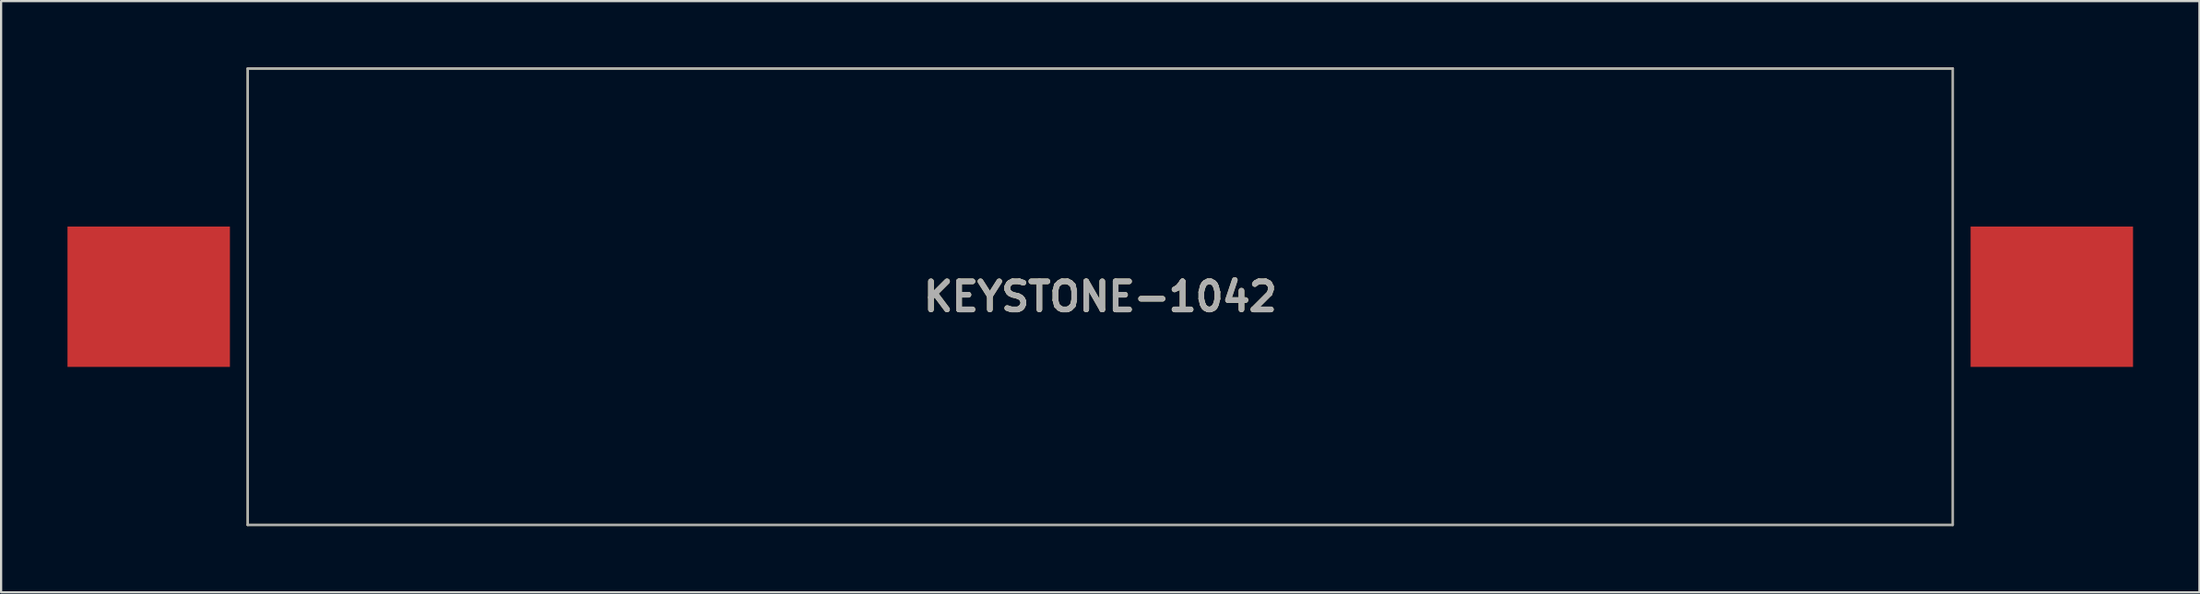
<source format=kicad_pcb>
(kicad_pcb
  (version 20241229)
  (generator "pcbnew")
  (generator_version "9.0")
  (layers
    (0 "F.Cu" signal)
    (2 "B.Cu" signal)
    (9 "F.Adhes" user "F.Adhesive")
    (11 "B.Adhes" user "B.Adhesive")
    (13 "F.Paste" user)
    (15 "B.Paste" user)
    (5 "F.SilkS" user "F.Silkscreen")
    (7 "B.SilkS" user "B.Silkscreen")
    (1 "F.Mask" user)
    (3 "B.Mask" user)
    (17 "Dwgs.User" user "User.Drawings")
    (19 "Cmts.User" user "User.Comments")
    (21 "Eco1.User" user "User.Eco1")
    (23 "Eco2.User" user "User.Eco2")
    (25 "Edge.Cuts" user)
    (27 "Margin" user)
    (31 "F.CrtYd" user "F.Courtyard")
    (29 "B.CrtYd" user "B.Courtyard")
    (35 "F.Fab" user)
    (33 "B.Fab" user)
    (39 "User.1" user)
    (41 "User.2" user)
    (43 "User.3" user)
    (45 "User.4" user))
  (footprint "KEYSTONE-1042"
    (layer "F.Cu")
    (at 46.67 10.375)
    (property "Reference" "KEYSTONE-1042" (at 0 0 0) (layer "F.SilkS") (effects (font (size 1.27 1.27) (thickness 0.254))))
    (attr through_hole)
    (fp_line (start -38.525 -10.325) (end 38.525 -10.325) (stroke (width 0.1) (type solid)) (layer "F.SilkS"))
    (fp_line (start -38.525 10.325) (end -38.525 -10.325) (stroke (width 0.1) (type solid)) (layer "F.SilkS"))
    (fp_line (start 38.525 -10.325) (end 38.525 10.325) (stroke (width 0.1) (type solid)) (layer "F.SilkS"))
    (fp_line (start 38.525 10.325) (end -38.525 10.325) (stroke (width 0.1) (type solid)) (layer "F.SilkS"))
    (fp_line (start -38.525 -10.325) (end 38.525 -10.325) (stroke (width 0.1) (type solid)) (layer "F.Fab"))
    (fp_line (start -38.525 10.325) (end -38.525 -10.325) (stroke (width 0.1) (type solid)) (layer "F.Fab"))
    (fp_line (start 38.525 -10.325) (end 38.525 10.325) (stroke (width 0.1) (type solid)) (layer "F.Fab"))
    (fp_line (start 38.525 10.325) (end -38.525 10.325) (stroke (width 0.1) (type solid)) (layer "F.Fab"))
    (fp_text user "${REFERENCE}" (at 0 0 0) (layer "F.Fab") (effects (font (size 1.27 1.27) (thickness 0.254))))
    (pad "" np_thru_hole circle (at -27.6 8) (size 0.001 0.001) (drill 3.45) (layers "*.Cu" "*.Mask"))
    (pad "" np_thru_hole circle (at 27.6 -8) (size 0.001 0.001) (drill 3.45) (layers "*.Cu" "*.Mask"))
    (pad "" np_thru_hole circle (at 35.93 8) (size 0.001 0.001) (drill 1.57) (layers "*.Cu" "*.Mask"))
    (pad "1" smd rect (at -43 0 90) (size 6.35 7.34) (layers "F.Cu" "F.Mask" "F.Paste"))
    (pad "2" smd rect (at 43 0 90) (size 6.35 7.34) (layers "F.Cu" "F.Mask" "F.Paste")))
  (gr_rect
    (start -3 -3)
    (end 96.34 23.75)
    (stroke (width 0.1) (type default))
    (fill no)
    (layer "Edge.Cuts")))
</source>
